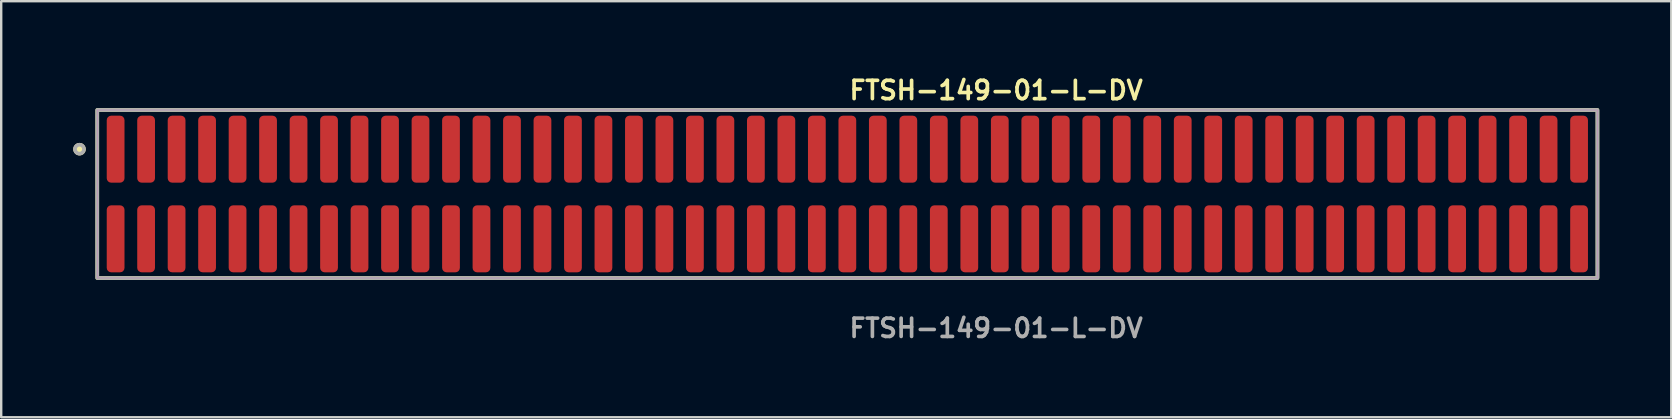
<source format=kicad_pcb>
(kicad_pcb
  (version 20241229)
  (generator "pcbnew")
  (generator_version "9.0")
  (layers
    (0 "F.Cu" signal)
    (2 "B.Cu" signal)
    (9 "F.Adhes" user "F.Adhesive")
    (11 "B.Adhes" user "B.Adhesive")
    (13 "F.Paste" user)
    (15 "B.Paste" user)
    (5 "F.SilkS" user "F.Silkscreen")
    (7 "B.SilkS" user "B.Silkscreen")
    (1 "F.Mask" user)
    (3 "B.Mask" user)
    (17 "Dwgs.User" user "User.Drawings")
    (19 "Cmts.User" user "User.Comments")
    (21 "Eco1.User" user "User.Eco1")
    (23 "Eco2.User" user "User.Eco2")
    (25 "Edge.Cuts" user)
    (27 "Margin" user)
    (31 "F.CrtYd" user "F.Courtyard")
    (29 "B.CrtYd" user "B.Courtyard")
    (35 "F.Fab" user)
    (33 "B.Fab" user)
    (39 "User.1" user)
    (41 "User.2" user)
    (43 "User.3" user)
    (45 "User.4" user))
  (footprint "FTSH-149-01-L-DV"
    (layer "F.Cu")
    (at 32.246 5.031)
    (property "Reference" "FTSH-149-01-L-DV" (at 0 -4.318 0) (unlocked yes) (layer "F.SilkS") (effects (font (size 0.762 0.762) (thickness 0.152)) (justify left)))
    (fp_rect (start -31.245 3.5) (end 31.245 -3.5) (stroke (width 0.152) (type solid)) (fill no) (layer "F.SilkS"))
    (fp_circle (center -31.985 -1.867) (end -32.17 -1.867) (stroke (width 0.152) (type solid)) (fill yes) (layer "F.SilkS"))
    (fp_rect (start -31.245 3.5) (end 31.245 -3.5) (stroke (width 0.006) (type solid)) (fill no) (layer "F.CrtYd"))
    (fp_rect (start -31.245 3.5) (end 31.245 -3.5) (stroke (width 0.152) (type solid)) (fill no) (layer "F.Fab"))
    (fp_circle (center -31.985 -1.867) (end -32.17 -1.867) (stroke (width 0.152) (type solid)) (fill no) (layer "F.Fab"))
    (fp_text user "${REFERENCE}" (at 0 5.588 0) (unlocked yes) (layer "F.Fab") (effects (font (size 0.762 0.762) (thickness 0.152)) (justify left)))
    (pad "1" smd roundrect (at -30.48 -1.867) (size 0.74 2.79) (layers "F.Cu" "F.Paste") (roundrect_rratio 0.25))
    (pad "2" smd roundrect (at -30.48 1.867) (size 0.74 2.79) (layers "F.Cu" "F.Paste") (roundrect_rratio 0.25))
    (pad "3" smd roundrect (at -29.21 -1.867) (size 0.74 2.79) (layers "F.Cu" "F.Paste") (roundrect_rratio 0.25))
    (pad "4" smd roundrect (at -29.21 1.867) (size 0.74 2.79) (layers "F.Cu" "F.Paste") (roundrect_rratio 0.25))
    (pad "5" smd roundrect (at -27.94 -1.867) (size 0.74 2.79) (layers "F.Cu" "F.Paste") (roundrect_rratio 0.25))
    (pad "6" smd roundrect (at -27.94 1.867) (size 0.74 2.79) (layers "F.Cu" "F.Paste") (roundrect_rratio 0.25))
    (pad "7" smd roundrect (at -26.67 -1.867) (size 0.74 2.79) (layers "F.Cu" "F.Paste") (roundrect_rratio 0.25))
    (pad "8" smd roundrect (at -26.67 1.867) (size 0.74 2.79) (layers "F.Cu" "F.Paste") (roundrect_rratio 0.25))
    (pad "9" smd roundrect (at -25.4 -1.867) (size 0.74 2.79) (layers "F.Cu" "F.Paste") (roundrect_rratio 0.25))
    (pad "10" smd roundrect (at -25.4 1.867) (size 0.74 2.79) (layers "F.Cu" "F.Paste") (roundrect_rratio 0.25))
    (pad "11" smd roundrect (at -24.13 -1.867) (size 0.74 2.79) (layers "F.Cu" "F.Paste") (roundrect_rratio 0.25))
    (pad "12" smd roundrect (at -24.13 1.867) (size 0.74 2.79) (layers "F.Cu" "F.Paste") (roundrect_rratio 0.25))
    (pad "13" smd roundrect (at -22.86 -1.867) (size 0.74 2.79) (layers "F.Cu" "F.Paste") (roundrect_rratio 0.25))
    (pad "14" smd roundrect (at -22.86 1.867) (size 0.74 2.79) (layers "F.Cu" "F.Paste") (roundrect_rratio 0.25))
    (pad "15" smd roundrect (at -21.59 -1.867) (size 0.74 2.79) (layers "F.Cu" "F.Paste") (roundrect_rratio 0.25))
    (pad "16" smd roundrect (at -21.59 1.867) (size 0.74 2.79) (layers "F.Cu" "F.Paste") (roundrect_rratio 0.25))
    (pad "17" smd roundrect (at -20.32 -1.867) (size 0.74 2.79) (layers "F.Cu" "F.Paste") (roundrect_rratio 0.25))
    (pad "18" smd roundrect (at -20.32 1.867) (size 0.74 2.79) (layers "F.Cu" "F.Paste") (roundrect_rratio 0.25))
    (pad "19" smd roundrect (at -19.05 -1.867) (size 0.74 2.79) (layers "F.Cu" "F.Paste") (roundrect_rratio 0.25))
    (pad "20" smd roundrect (at -19.05 1.867) (size 0.74 2.79) (layers "F.Cu" "F.Paste") (roundrect_rratio 0.25))
    (pad "21" smd roundrect (at -17.78 -1.867) (size 0.74 2.79) (layers "F.Cu" "F.Paste") (roundrect_rratio 0.25))
    (pad "22" smd roundrect (at -17.78 1.867) (size 0.74 2.79) (layers "F.Cu" "F.Paste") (roundrect_rratio 0.25))
    (pad "23" smd roundrect (at -16.51 -1.867) (size 0.74 2.79) (layers "F.Cu" "F.Paste") (roundrect_rratio 0.25))
    (pad "24" smd roundrect (at -16.51 1.867) (size 0.74 2.79) (layers "F.Cu" "F.Paste") (roundrect_rratio 0.25))
    (pad "25" smd roundrect (at -15.24 -1.867) (size 0.74 2.79) (layers "F.Cu" "F.Paste") (roundrect_rratio 0.25))
    (pad "26" smd roundrect (at -15.24 1.867) (size 0.74 2.79) (layers "F.Cu" "F.Paste") (roundrect_rratio 0.25))
    (pad "27" smd roundrect (at -13.97 -1.867) (size 0.74 2.79) (layers "F.Cu" "F.Paste") (roundrect_rratio 0.25))
    (pad "28" smd roundrect (at -13.97 1.867) (size 0.74 2.79) (layers "F.Cu" "F.Paste") (roundrect_rratio 0.25))
    (pad "29" smd roundrect (at -12.7 -1.867) (size 0.74 2.79) (layers "F.Cu" "F.Paste") (roundrect_rratio 0.25))
    (pad "30" smd roundrect (at -12.7 1.867) (size 0.74 2.79) (layers "F.Cu" "F.Paste") (roundrect_rratio 0.25))
    (pad "31" smd roundrect (at -11.43 -1.867) (size 0.74 2.79) (layers "F.Cu" "F.Paste") (roundrect_rratio 0.25))
    (pad "32" smd roundrect (at -11.43 1.867) (size 0.74 2.79) (layers "F.Cu" "F.Paste") (roundrect_rratio 0.25))
    (pad "33" smd roundrect (at -10.16 -1.867) (size 0.74 2.79) (layers "F.Cu" "F.Paste") (roundrect_rratio 0.25))
    (pad "34" smd roundrect (at -10.16 1.867) (size 0.74 2.79) (layers "F.Cu" "F.Paste") (roundrect_rratio 0.25))
    (pad "35" smd roundrect (at -8.89 -1.867) (size 0.74 2.79) (layers "F.Cu" "F.Paste") (roundrect_rratio 0.25))
    (pad "36" smd roundrect (at -8.89 1.867) (size 0.74 2.79) (layers "F.Cu" "F.Paste") (roundrect_rratio 0.25))
    (pad "37" smd roundrect (at -7.62 -1.867) (size 0.74 2.79) (layers "F.Cu" "F.Paste") (roundrect_rratio 0.25))
    (pad "38" smd roundrect (at -7.62 1.867) (size 0.74 2.79) (layers "F.Cu" "F.Paste") (roundrect_rratio 0.25))
    (pad "39" smd roundrect (at -6.35 -1.867) (size 0.74 2.79) (layers "F.Cu" "F.Paste") (roundrect_rratio 0.25))
    (pad "40" smd roundrect (at -6.35 1.867) (size 0.74 2.79) (layers "F.Cu" "F.Paste") (roundrect_rratio 0.25))
    (pad "41" smd roundrect (at -5.08 -1.867) (size 0.74 2.79) (layers "F.Cu" "F.Paste") (roundrect_rratio 0.25))
    (pad "42" smd roundrect (at -5.08 1.867) (size 0.74 2.79) (layers "F.Cu" "F.Paste") (roundrect_rratio 0.25))
    (pad "43" smd roundrect (at -3.81 -1.867) (size 0.74 2.79) (layers "F.Cu" "F.Paste") (roundrect_rratio 0.25))
    (pad "44" smd roundrect (at -3.81 1.867) (size 0.74 2.79) (layers "F.Cu" "F.Paste") (roundrect_rratio 0.25))
    (pad "45" smd roundrect (at -2.54 -1.867) (size 0.74 2.79) (layers "F.Cu" "F.Paste") (roundrect_rratio 0.25))
    (pad "46" smd roundrect (at -2.54 1.867) (size 0.74 2.79) (layers "F.Cu" "F.Paste") (roundrect_rratio 0.25))
    (pad "47" smd roundrect (at -1.27 -1.867) (size 0.74 2.79) (layers "F.Cu" "F.Paste") (roundrect_rratio 0.25))
    (pad "48" smd roundrect (at -1.27 1.867) (size 0.74 2.79) (layers "F.Cu" "F.Paste") (roundrect_rratio 0.25))
    (pad "49" smd roundrect (at 0 -1.867) (size 0.74 2.79) (layers "F.Cu" "F.Paste") (roundrect_rratio 0.25))
    (pad "50" smd roundrect (at 0 1.867) (size 0.74 2.79) (layers "F.Cu" "F.Paste") (roundrect_rratio 0.25))
    (pad "51" smd roundrect (at 1.27 -1.867) (size 0.74 2.79) (layers "F.Cu" "F.Paste") (roundrect_rratio 0.25))
    (pad "52" smd roundrect (at 1.27 1.867) (size 0.74 2.79) (layers "F.Cu" "F.Paste") (roundrect_rratio 0.25))
    (pad "53" smd roundrect (at 2.54 -1.867) (size 0.74 2.79) (layers "F.Cu" "F.Paste") (roundrect_rratio 0.25))
    (pad "54" smd roundrect (at 2.54 1.867) (size 0.74 2.79) (layers "F.Cu" "F.Paste") (roundrect_rratio 0.25))
    (pad "55" smd roundrect (at 3.81 -1.867) (size 0.74 2.79) (layers "F.Cu" "F.Paste") (roundrect_rratio 0.25))
    (pad "56" smd roundrect (at 3.81 1.867) (size 0.74 2.79) (layers "F.Cu" "F.Paste") (roundrect_rratio 0.25))
    (pad "57" smd roundrect (at 5.08 -1.867) (size 0.74 2.79) (layers "F.Cu" "F.Paste") (roundrect_rratio 0.25))
    (pad "58" smd roundrect (at 5.08 1.867) (size 0.74 2.79) (layers "F.Cu" "F.Paste") (roundrect_rratio 0.25))
    (pad "59" smd roundrect (at 6.35 -1.867) (size 0.74 2.79) (layers "F.Cu" "F.Paste") (roundrect_rratio 0.25))
    (pad "60" smd roundrect (at 6.35 1.867) (size 0.74 2.79) (layers "F.Cu" "F.Paste") (roundrect_rratio 0.25))
    (pad "61" smd roundrect (at 7.62 -1.867) (size 0.74 2.79) (layers "F.Cu" "F.Paste") (roundrect_rratio 0.25))
    (pad "62" smd roundrect (at 7.62 1.867) (size 0.74 2.79) (layers "F.Cu" "F.Paste") (roundrect_rratio 0.25))
    (pad "63" smd roundrect (at 8.89 -1.867) (size 0.74 2.79) (layers "F.Cu" "F.Paste") (roundrect_rratio 0.25))
    (pad "64" smd roundrect (at 8.89 1.867) (size 0.74 2.79) (layers "F.Cu" "F.Paste") (roundrect_rratio 0.25))
    (pad "65" smd roundrect (at 10.16 -1.867) (size 0.74 2.79) (layers "F.Cu" "F.Paste") (roundrect_rratio 0.25))
    (pad "66" smd roundrect (at 10.16 1.867) (size 0.74 2.79) (layers "F.Cu" "F.Paste") (roundrect_rratio 0.25))
    (pad "67" smd roundrect (at 11.43 -1.867) (size 0.74 2.79) (layers "F.Cu" "F.Paste") (roundrect_rratio 0.25))
    (pad "68" smd roundrect (at 11.43 1.867) (size 0.74 2.79) (layers "F.Cu" "F.Paste") (roundrect_rratio 0.25))
    (pad "69" smd roundrect (at 12.7 -1.867) (size 0.74 2.79) (layers "F.Cu" "F.Paste") (roundrect_rratio 0.25))
    (pad "70" smd roundrect (at 12.7 1.867) (size 0.74 2.79) (layers "F.Cu" "F.Paste") (roundrect_rratio 0.25))
    (pad "71" smd roundrect (at 13.97 -1.867) (size 0.74 2.79) (layers "F.Cu" "F.Paste") (roundrect_rratio 0.25))
    (pad "72" smd roundrect (at 13.97 1.867) (size 0.74 2.79) (layers "F.Cu" "F.Paste") (roundrect_rratio 0.25))
    (pad "73" smd roundrect (at 15.24 -1.867) (size 0.74 2.79) (layers "F.Cu" "F.Paste") (roundrect_rratio 0.25))
    (pad "74" smd roundrect (at 15.24 1.867) (size 0.74 2.79) (layers "F.Cu" "F.Paste") (roundrect_rratio 0.25))
    (pad "75" smd roundrect (at 16.51 -1.867) (size 0.74 2.79) (layers "F.Cu" "F.Paste") (roundrect_rratio 0.25))
    (pad "76" smd roundrect (at 16.51 1.867) (size 0.74 2.79) (layers "F.Cu" "F.Paste") (roundrect_rratio 0.25))
    (pad "77" smd roundrect (at 17.78 -1.867) (size 0.74 2.79) (layers "F.Cu" "F.Paste") (roundrect_rratio 0.25))
    (pad "78" smd roundrect (at 17.78 1.867) (size 0.74 2.79) (layers "F.Cu" "F.Paste") (roundrect_rratio 0.25))
    (pad "79" smd roundrect (at 19.05 -1.867) (size 0.74 2.79) (layers "F.Cu" "F.Paste") (roundrect_rratio 0.25))
    (pad "80" smd roundrect (at 19.05 1.867) (size 0.74 2.79) (layers "F.Cu" "F.Paste") (roundrect_rratio 0.25))
    (pad "81" smd roundrect (at 20.32 -1.867) (size 0.74 2.79) (layers "F.Cu" "F.Paste") (roundrect_rratio 0.25))
    (pad "82" smd roundrect (at 20.32 1.867) (size 0.74 2.79) (layers "F.Cu" "F.Paste") (roundrect_rratio 0.25))
    (pad "83" smd roundrect (at 21.59 -1.867) (size 0.74 2.79) (layers "F.Cu" "F.Paste") (roundrect_rratio 0.25))
    (pad "84" smd roundrect (at 21.59 1.867) (size 0.74 2.79) (layers "F.Cu" "F.Paste") (roundrect_rratio 0.25))
    (pad "85" smd roundrect (at 22.86 -1.867) (size 0.74 2.79) (layers "F.Cu" "F.Paste") (roundrect_rratio 0.25))
    (pad "86" smd roundrect (at 22.86 1.867) (size 0.74 2.79) (layers "F.Cu" "F.Paste") (roundrect_rratio 0.25))
    (pad "87" smd roundrect (at 24.13 -1.867) (size 0.74 2.79) (layers "F.Cu" "F.Paste") (roundrect_rratio 0.25))
    (pad "88" smd roundrect (at 24.13 1.867) (size 0.74 2.79) (layers "F.Cu" "F.Paste") (roundrect_rratio 0.25))
    (pad "89" smd roundrect (at 25.4 -1.867) (size 0.74 2.79) (layers "F.Cu" "F.Paste") (roundrect_rratio 0.25))
    (pad "90" smd roundrect (at 25.4 1.867) (size 0.74 2.79) (layers "F.Cu" "F.Paste") (roundrect_rratio 0.25))
    (pad "91" smd roundrect (at 26.67 -1.867) (size 0.74 2.79) (layers "F.Cu" "F.Paste") (roundrect_rratio 0.25))
    (pad "92" smd roundrect (at 26.67 1.867) (size 0.74 2.79) (layers "F.Cu" "F.Paste") (roundrect_rratio 0.25))
    (pad "93" smd roundrect (at 27.94 -1.867) (size 0.74 2.79) (layers "F.Cu" "F.Paste") (roundrect_rratio 0.25))
    (pad "94" smd roundrect (at 27.94 1.867) (size 0.74 2.79) (layers "F.Cu" "F.Paste") (roundrect_rratio 0.25))
    (pad "95" smd roundrect (at 29.21 -1.867) (size 0.74 2.79) (layers "F.Cu" "F.Paste") (roundrect_rratio 0.25))
    (pad "96" smd roundrect (at 29.21 1.867) (size 0.74 2.79) (layers "F.Cu" "F.Paste") (roundrect_rratio 0.25))
    (pad "97" smd roundrect (at 30.48 -1.867) (size 0.74 2.79) (layers "F.Cu" "F.Paste") (roundrect_rratio 0.25))
    (pad "98" smd roundrect (at 30.48 1.867) (size 0.74 2.79) (layers "F.Cu" "F.Paste") (roundrect_rratio 0.25)))
  (gr_rect
    (start -3 -3)
    (end 66.567 14.332)
    (stroke (width 0.1) (type default))
    (fill no)
    (layer "Edge.Cuts")))
</source>
